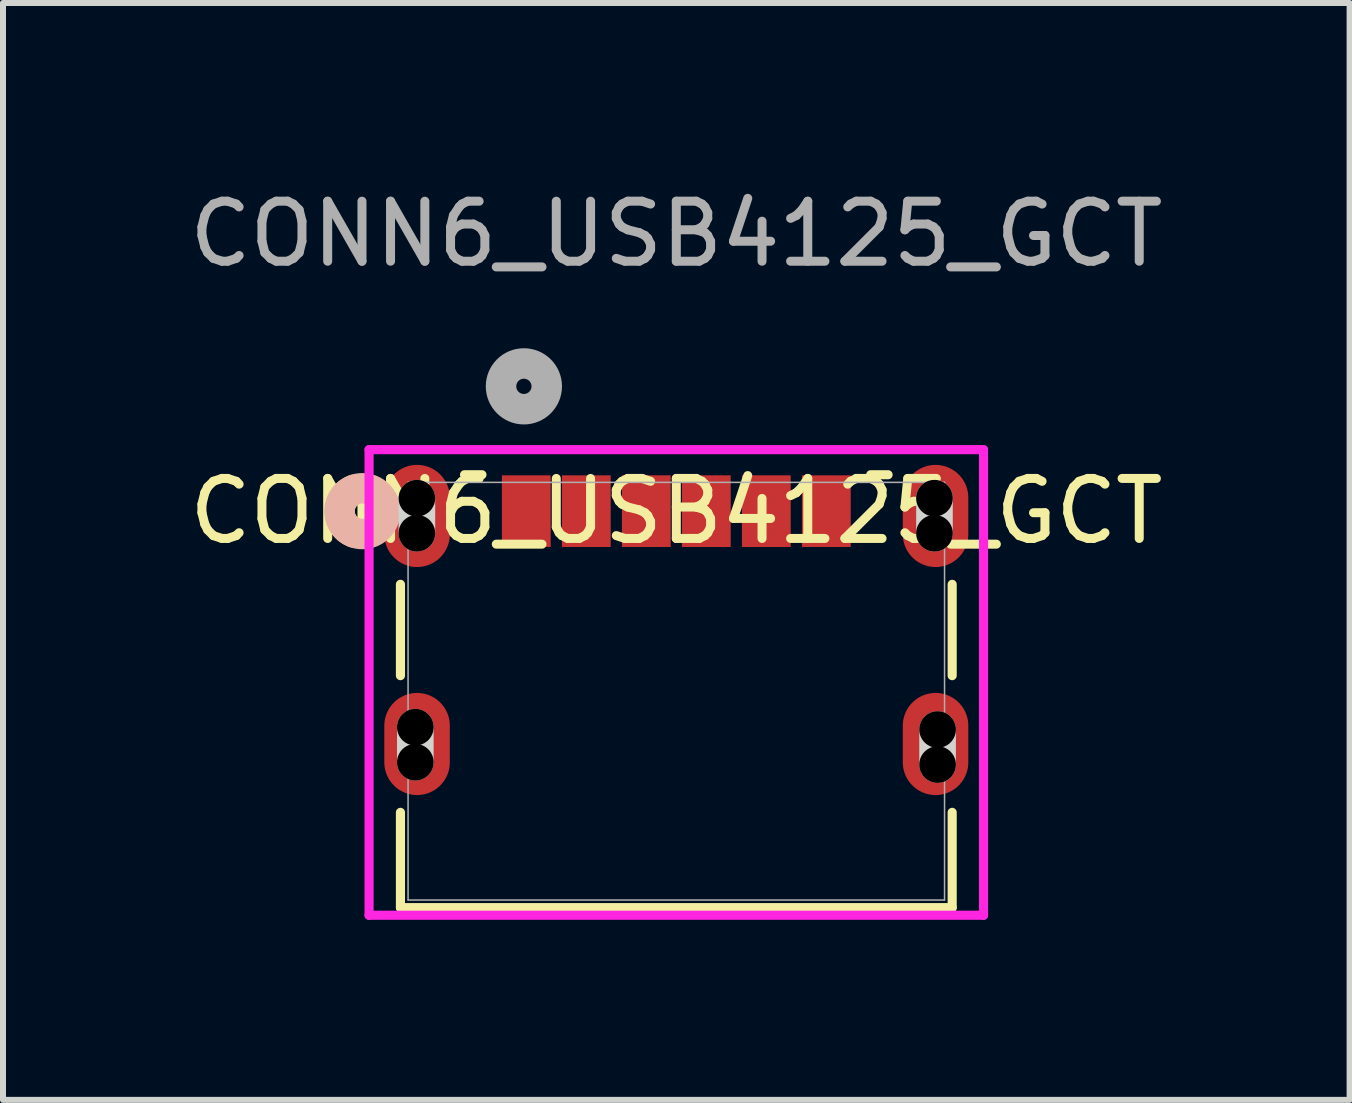
<source format=kicad_pcb>
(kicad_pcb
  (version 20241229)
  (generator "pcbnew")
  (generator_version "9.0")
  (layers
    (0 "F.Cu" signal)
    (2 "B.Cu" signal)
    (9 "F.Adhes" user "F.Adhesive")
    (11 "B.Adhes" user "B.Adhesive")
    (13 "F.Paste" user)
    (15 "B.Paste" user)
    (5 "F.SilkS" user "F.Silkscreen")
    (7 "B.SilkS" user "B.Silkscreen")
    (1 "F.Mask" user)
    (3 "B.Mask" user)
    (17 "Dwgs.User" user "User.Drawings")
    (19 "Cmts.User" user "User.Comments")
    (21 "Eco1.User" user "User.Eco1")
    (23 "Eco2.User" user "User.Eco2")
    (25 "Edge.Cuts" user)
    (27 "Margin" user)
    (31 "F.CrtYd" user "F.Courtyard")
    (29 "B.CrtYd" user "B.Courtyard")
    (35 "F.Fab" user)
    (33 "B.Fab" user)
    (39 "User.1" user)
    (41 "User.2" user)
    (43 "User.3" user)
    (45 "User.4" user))
  (footprint "CONN6_USB4125_GCT"
    (layer "F.Cu")
    (at 8.22 8.468)
    (property "Reference" "CONN6_USB4125_GCT" (at 0 -3 0) (unlocked yes) (layer "F.SilkS") (effects (font (size 1 1) (thickness 0.15))))
    (attr smd)
    (fp_line (start -4.597 -1.781) (end -4.597 -0.259) (stroke (width 0.152) (type solid)) (layer "F.SilkS"))
    (fp_line (start -4.597 2.019) (end -4.597 3.607) (stroke (width 0.152) (type solid)) (layer "F.SilkS"))
    (fp_line (start -4.597 3.607) (end 4.597 3.607) (stroke (width 0.152) (type solid)) (layer "F.SilkS"))
    (fp_line (start -3.239 -3.607) (end -3.529 -3.607) (stroke (width 0.152) (type solid)) (layer "F.SilkS"))
    (fp_line (start 3.529 -3.607) (end 3.239 -3.607) (stroke (width 0.152) (type solid)) (layer "F.SilkS"))
    (fp_line (start 4.597 -0.259) (end 4.597 -1.781) (stroke (width 0.152) (type solid)) (layer "F.SilkS"))
    (fp_line (start 4.597 3.607) (end 4.597 2.019) (stroke (width 0.152) (type solid)) (layer "F.SilkS"))
    (fp_arc (start -5.376641 -2.64716) (mid -5.613375 -3.004189) (end -5.368481 -3.35567) (stroke (width 0.508) (type solid)) (layer "F.SilkS"))
    (fp_circle (center -5.232 -3) (end -4.851 -3) (stroke (width 0.508) (type solid)) (fill no) (layer "B.SilkS"))
    (fp_line (start -4.349 1.184) (end -4.349 0.6) (stroke (width 0.61) (type solid)) (layer "Edge.Cuts"))
    (fp_line (start -4.323 -2.632) (end -4.323 -3.216) (stroke (width 0.61) (type solid)) (layer "Edge.Cuts"))
    (fp_line (start 4.302 -2.632) (end 4.302 -3.216) (stroke (width 0.61) (type solid)) (layer "Edge.Cuts"))
    (fp_line (start 4.354 1.223) (end 4.354 0.639) (stroke (width 0.61) (type solid)) (layer "Edge.Cuts"))
    (fp_line (start -5.12 -4.025) (end -5.12 3.734) (stroke (width 0.152) (type solid)) (layer "F.CrtYd"))
    (fp_line (start -5.12 3.734) (end 5.12 3.734) (stroke (width 0.152) (type solid)) (layer "F.CrtYd"))
    (fp_line (start 5.12 -4.025) (end -5.12 -4.025) (stroke (width 0.152) (type solid)) (layer "F.CrtYd"))
    (fp_line (start 5.12 3.734) (end 5.12 -4.025) (stroke (width 0.152) (type solid)) (layer "F.CrtYd"))
    (fp_line (start -4.47 -3.48) (end -4.47 3.48) (stroke (width 0.025) (type solid)) (layer "F.Fab"))
    (fp_line (start -4.47 3.48) (end 4.47 3.48) (stroke (width 0.025) (type solid)) (layer "F.Fab"))
    (fp_line (start 4.47 -3.48) (end -4.47 -3.48) (stroke (width 0.025) (type solid)) (layer "F.Fab"))
    (fp_line (start 4.47 3.48) (end 4.47 -3.48) (stroke (width 0.025) (type solid)) (layer "F.Fab"))
    (fp_circle (center -2.54 -5.08) (end -2.159 -5.08) (stroke (width 0.508) (type solid)) (fill no) (layer "F.Fab"))
    (fp_text user "${REFERENCE}" (at 0 -7.62 0) (unlocked yes) (layer "F.Fab") (effects (font (size 1 1) (thickness 0.15))))
    (pad "" np_thru_hole circle (at -4.349 0.6) (size 0.61 0.61) (drill 0.61) (layers))
    (pad "" np_thru_hole circle (at -4.349 1.184) (size 0.61 0.61) (drill 0.61) (layers))
    (pad "" np_thru_hole circle (at -4.323 -3.216) (size 0.61 0.61) (drill 0.61) (layers))
    (pad "" np_thru_hole circle (at -4.323 -2.632) (size 0.61 0.61) (drill 0.61) (layers))
    (pad "" np_thru_hole circle (at 4.302 -3.216) (size 0.61 0.61) (drill 0.61) (layers))
    (pad "" np_thru_hole circle (at 4.302 -2.632) (size 0.61 0.61) (drill 0.61) (layers))
    (pad "" np_thru_hole circle (at 4.354 0.639) (size 0.61 0.61) (drill 0.61) (layers))
    (pad "" np_thru_hole circle (at 4.354 1.223) (size 0.61 0.61) (drill 0.61) (layers))
    (pad "7" smd oval (at -4.32 -2.92) (size 1.092 1.702) (layers "F.Cu" "F.Mask" "F.Paste"))
    (pad "8" smd oval (at 4.32 -2.92) (size 1.092 1.702) (layers "F.Cu" "F.Mask" "F.Paste"))
    (pad "9" smd oval (at -4.32 0.88) (size 1.092 1.702) (layers "F.Cu" "F.Mask" "F.Paste"))
    (pad "10" smd oval (at 4.32 0.88) (size 1.092 1.702) (layers "F.Cu" "F.Mask" "F.Paste"))
    (pad "A5" smd rect (at -0.5 -3) (size 0.813 1.194) (layers "F.Cu" "F.Mask" "F.Paste"))
    (pad "A9" smd rect (at 1.5 -3) (size 0.813 1.194) (layers "F.Cu" "F.Mask" "F.Paste"))
    (pad "A12" smd rect (at 2.5 -3) (size 0.813 1.194) (layers "F.Cu" "F.Mask" "F.Paste"))
    (pad "B5" smd rect (at 0.5 -3) (size 0.813 1.194) (layers "F.Cu" "F.Mask" "F.Paste"))
    (pad "B9" smd rect (at -1.5 -3) (size 0.813 1.194) (layers "F.Cu" "F.Mask" "F.Paste"))
    (pad "B12" smd rect (at -2.5 -3) (size 0.813 1.194) (layers "F.Cu" "F.Mask" "F.Paste")))
  (gr_rect
    (start -3 -3)
    (end 19.44 15.278)
    (stroke (width 0.1) (type default))
    (fill no)
    (layer "Edge.Cuts")))
</source>
